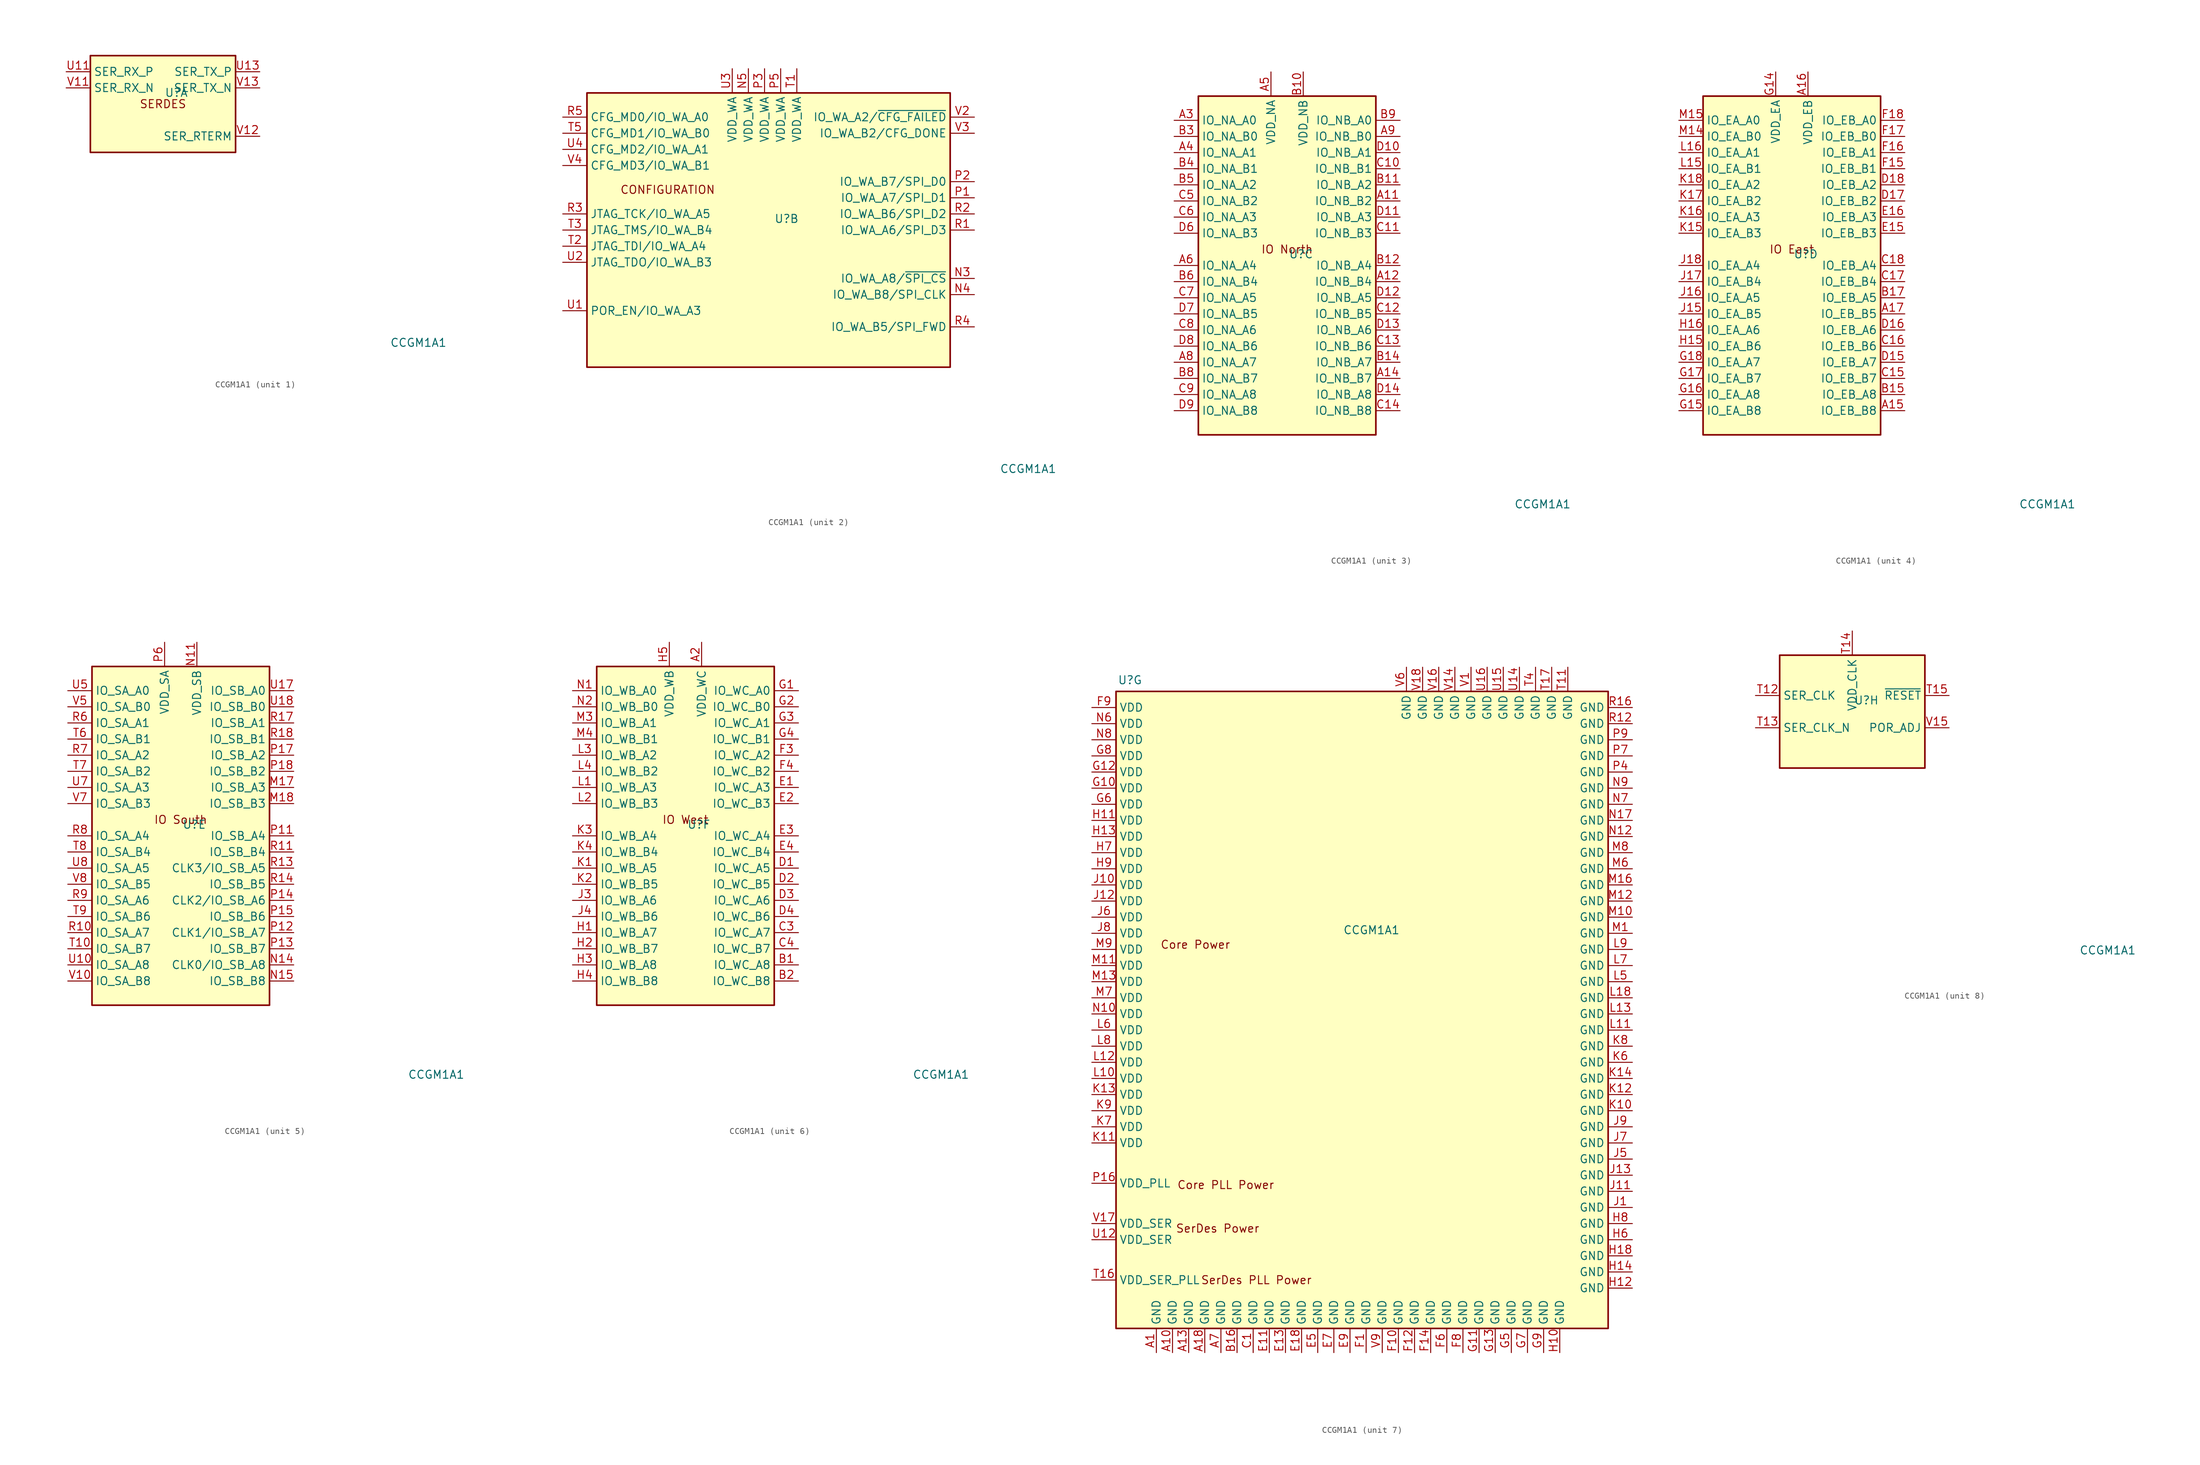
<source format=kicad_sym>
(kicad_symbol_lib
  (version 20241209)
  (generator "kicad_symbol_editor")
  (generator_version "9.0")
  (symbol "CCGM1A1"
    (property "Reference" "U"
      (at 0.254 1.778 0)
      (effects (font (size 1.27 1.27)) (justify left)))
    (property "Value" "CCGM1A1"
      (at 44.704 -37.592 0)
      (effects (font (size 1.27 1.27)) (justify right)))
    (property "ki_locked" ""
      (at 0 0 0)
      (effects (font (size 1.27 1.27))))
    (symbol "CCGM1A1_1_1"
      (rectangle (start -11.43 7.62) (end 11.43 -7.62) (stroke (width 0.254) (type default)) (fill (type background)))
      (text "SERDES" (at 0 0 0) (effects (font (size 1.27 1.27))))
      (pin input line (at -15.24 5.08 0) (length 3.81) (name "SER_RX_P" (effects (font (size 1.27 1.27)))) (number "U11" (effects (font (size 1.27 1.27)))))
      (pin input line (at -15.24 2.54 0) (length 3.81) (name "SER_RX_N" (effects (font (size 1.27 1.27)))) (number "V11" (effects (font (size 1.27 1.27)))))
      (pin output line (at 15.24 5.08 180) (length 3.81) (name "SER_TX_P" (effects (font (size 1.27 1.27)))) (number "U13" (effects (font (size 1.27 1.27)))))
      (pin output line (at 15.24 2.54 180) (length 3.81) (name "SER_TX_N" (effects (font (size 1.27 1.27)))) (number "V13" (effects (font (size 1.27 1.27)))))
      (pin passive line (at 15.24 -5.08 180) (length 3.81) (name "SER_RTERM" (effects (font (size 1.27 1.27)))) (number "V12" (effects (font (size 1.27 1.27))))))
    (symbol "CCGM1A1_2_1"
      (rectangle (start -29.21 21.59) (end 27.94 -21.59) (stroke (width 0.254) (type default)) (fill (type background)))
      (text "CONFIGURATION" (at -16.51 6.35 0) (effects (font (size 1.27 1.27))))
      (pin bidirectional line (at -33.02 17.78 0) (length 3.81) (name "CFG_MD0/IO_WA_A0" (effects (font (size 1.27 1.27)))) (number "R5" (effects (font (size 1.27 1.27)))))
      (pin bidirectional line (at -33.02 15.24 0) (length 3.81) (name "CFG_MD1/IO_WA_B0" (effects (font (size 1.27 1.27)))) (number "T5" (effects (font (size 1.27 1.27)))))
      (pin bidirectional line (at -33.02 12.7 0) (length 3.81) (name "CFG_MD2/IO_WA_A1" (effects (font (size 1.27 1.27)))) (number "U4" (effects (font (size 1.27 1.27)))))
      (pin bidirectional line (at -33.02 10.16 0) (length 3.81) (name "CFG_MD3/IO_WA_B1" (effects (font (size 1.27 1.27)))) (number "V4" (effects (font (size 1.27 1.27)))))
      (pin bidirectional line (at -33.02 2.54 0) (length 3.81) (name "JTAG_TCK/IO_WA_A5" (effects (font (size 1.27 1.27)))) (number "R3" (effects (font (size 1.27 1.27)))))
      (pin bidirectional line (at -33.02 0 0) (length 3.81) (name "JTAG_TMS/IO_WA_B4" (effects (font (size 1.27 1.27)))) (number "T3" (effects (font (size 1.27 1.27)))))
      (pin bidirectional line (at -33.02 -2.54 0) (length 3.81) (name "JTAG_TDI/IO_WA_A4" (effects (font (size 1.27 1.27)))) (number "T2" (effects (font (size 1.27 1.27)))))
      (pin bidirectional line (at -33.02 -5.08 0) (length 3.81) (name "JTAG_TDO/IO_WA_B3" (effects (font (size 1.27 1.27)))) (number "U2" (effects (font (size 1.27 1.27)))))
      (pin bidirectional line (at -33.02 -12.7 0) (length 3.81) (name "POR_EN/IO_WA_A3" (effects (font (size 1.27 1.27)))) (number "U1" (effects (font (size 1.27 1.27)))))
      (pin power_in line (at -6.35 25.4 270) (length 3.81) (name "VDD_WA" (effects (font (size 1.27 1.27)))) (number "U3" (effects (font (size 1.27 1.27)))))
      (pin power_in line (at -3.81 25.4 270) (length 3.81) (name "VDD_WA" (effects (font (size 1.27 1.27)))) (number "N5" (effects (font (size 1.27 1.27)))))
      (pin power_in line (at -1.27 25.4 270) (length 3.81) (name "VDD_WA" (effects (font (size 1.27 1.27)))) (number "P3" (effects (font (size 1.27 1.27)))))
      (pin power_in line (at 1.27 25.4 270) (length 3.81) (name "VDD_WA" (effects (font (size 1.27 1.27)))) (number "P5" (effects (font (size 1.27 1.27)))))
      (pin power_in line (at 3.81 25.4 270) (length 3.81) (name "VDD_WA" (effects (font (size 1.27 1.27)))) (number "T1" (effects (font (size 1.27 1.27)))))
      (pin bidirectional line (at 31.75 17.78 180) (length 3.81) (name "IO_WA_A2/~{CFG_FAILED}" (effects (font (size 1.27 1.27)))) (number "V2" (effects (font (size 1.27 1.27)))))
      (pin bidirectional line (at 31.75 15.24 180) (length 3.81) (name "IO_WA_B2/CFG_DONE" (effects (font (size 1.27 1.27)))) (number "V3" (effects (font (size 1.27 1.27)))))
      (pin bidirectional line (at 31.75 7.62 180) (length 3.81) (name "IO_WA_B7/SPI_D0" (effects (font (size 1.27 1.27)))) (number "P2" (effects (font (size 1.27 1.27)))))
      (pin bidirectional line (at 31.75 5.08 180) (length 3.81) (name "IO_WA_A7/SPI_D1" (effects (font (size 1.27 1.27)))) (number "P1" (effects (font (size 1.27 1.27)))))
      (pin bidirectional line (at 31.75 2.54 180) (length 3.81) (name "IO_WA_B6/SPI_D2" (effects (font (size 1.27 1.27)))) (number "R2" (effects (font (size 1.27 1.27)))))
      (pin bidirectional line (at 31.75 0 180) (length 3.81) (name "IO_WA_A6/SPI_D3" (effects (font (size 1.27 1.27)))) (number "R1" (effects (font (size 1.27 1.27)))))
      (pin bidirectional line (at 31.75 -7.62 180) (length 3.81) (name "IO_WA_A8/~{SPI_CS}" (effects (font (size 1.27 1.27)))) (number "N3" (effects (font (size 1.27 1.27)))))
      (pin bidirectional line (at 31.75 -10.16 180) (length 3.81) (name "IO_WA_B8/SPI_CLK" (effects (font (size 1.27 1.27)))) (number "N4" (effects (font (size 1.27 1.27)))))
      (pin bidirectional line (at 31.75 -15.24 180) (length 3.81) (name "IO_WA_B5/SPI_FWD" (effects (font (size 1.27 1.27)))) (number "R4" (effects (font (size 1.27 1.27))))))
    (symbol "CCGM1A1_3_1"
      (rectangle (start -13.97 -26.67) (end 13.97 26.67) (stroke (width 0.254) (type default)) (fill (type background)))
      (text "IO North" (at 0 2.54 0) (effects (font (size 1.27 1.27))))
      (pin bidirectional line (at -17.78 22.86 0) (length 3.81) (name "IO_NA_A0" (effects (font (size 1.27 1.27)))) (number "A3" (effects (font (size 1.27 1.27)))))
      (pin bidirectional line (at -17.78 20.32 0) (length 3.81) (name "IO_NA_B0" (effects (font (size 1.27 1.27)))) (number "B3" (effects (font (size 1.27 1.27)))))
      (pin bidirectional line (at -17.78 17.78 0) (length 3.81) (name "IO_NA_A1" (effects (font (size 1.27 1.27)))) (number "A4" (effects (font (size 1.27 1.27)))))
      (pin bidirectional line (at -17.78 15.24 0) (length 3.81) (name "IO_NA_B1" (effects (font (size 1.27 1.27)))) (number "B4" (effects (font (size 1.27 1.27)))))
      (pin bidirectional line (at -17.78 12.7 0) (length 3.81) (name "IO_NA_A2" (effects (font (size 1.27 1.27)))) (number "B5" (effects (font (size 1.27 1.27)))))
      (pin bidirectional line (at -17.78 10.16 0) (length 3.81) (name "IO_NA_B2" (effects (font (size 1.27 1.27)))) (number "C5" (effects (font (size 1.27 1.27)))))
      (pin bidirectional line (at -17.78 7.62 0) (length 3.81) (name "IO_NA_A3" (effects (font (size 1.27 1.27)))) (number "C6" (effects (font (size 1.27 1.27)))))
      (pin bidirectional line (at -17.78 5.08 0) (length 3.81) (name "IO_NA_B3" (effects (font (size 1.27 1.27)))) (number "D6" (effects (font (size 1.27 1.27)))))
      (pin bidirectional line (at -17.78 0 0) (length 3.81) (name "IO_NA_A4" (effects (font (size 1.27 1.27)))) (number "A6" (effects (font (size 1.27 1.27)))))
      (pin bidirectional line (at -17.78 -2.54 0) (length 3.81) (name "IO_NA_B4" (effects (font (size 1.27 1.27)))) (number "B6" (effects (font (size 1.27 1.27)))))
      (pin bidirectional line (at -17.78 -5.08 0) (length 3.81) (name "IO_NA_A5" (effects (font (size 1.27 1.27)))) (number "C7" (effects (font (size 1.27 1.27)))))
      (pin bidirectional line (at -17.78 -7.62 0) (length 3.81) (name "IO_NA_B5" (effects (font (size 1.27 1.27)))) (number "D7" (effects (font (size 1.27 1.27)))))
      (pin bidirectional line (at -17.78 -10.16 0) (length 3.81) (name "IO_NA_A6" (effects (font (size 1.27 1.27)))) (number "C8" (effects (font (size 1.27 1.27)))))
      (pin bidirectional line (at -17.78 -12.7 0) (length 3.81) (name "IO_NA_B6" (effects (font (size 1.27 1.27)))) (number "D8" (effects (font (size 1.27 1.27)))))
      (pin bidirectional line (at -17.78 -15.24 0) (length 3.81) (name "IO_NA_A7" (effects (font (size 1.27 1.27)))) (number "A8" (effects (font (size 1.27 1.27)))))
      (pin bidirectional line (at -17.78 -17.78 0) (length 3.81) (name "IO_NA_B7" (effects (font (size 1.27 1.27)))) (number "B8" (effects (font (size 1.27 1.27)))))
      (pin bidirectional line (at -17.78 -20.32 0) (length 3.81) (name "IO_NA_A8" (effects (font (size 1.27 1.27)))) (number "C9" (effects (font (size 1.27 1.27)))))
      (pin bidirectional line (at -17.78 -22.86 0) (length 3.81) (name "IO_NA_B8" (effects (font (size 1.27 1.27)))) (number "D9" (effects (font (size 1.27 1.27)))))
      (pin power_in line (at -2.54 30.48 270) (length 3.81) (name "VDD_NA" (effects (font (size 1.27 1.27)))) (number "A5" (effects (font (size 1.27 1.27)))))
      (pin passive line (at -2.54 30.48 270) (length 3.81) (hide yes) (name "VDD_NA" (effects (font (size 1.27 1.27)))) (number "B7" (effects (font (size 1.27 1.27)))))
      (pin passive line (at -2.54 30.48 270) (length 3.81) (hide yes) (name "VDD_NA" (effects (font (size 1.27 1.27)))) (number "E6" (effects (font (size 1.27 1.27)))))
      (pin passive line (at -2.54 30.48 270) (length 3.81) (hide yes) (name "VDD_NA" (effects (font (size 1.27 1.27)))) (number "E8" (effects (font (size 1.27 1.27)))))
      (pin passive line (at -2.54 30.48 270) (length 3.81) (hide yes) (name "VDD_NA" (effects (font (size 1.27 1.27)))) (number "F7" (effects (font (size 1.27 1.27)))))
      (pin power_in line (at 2.54 30.48 270) (length 3.81) (name "VDD_NB" (effects (font (size 1.27 1.27)))) (number "B10" (effects (font (size 1.27 1.27)))))
      (pin passive line (at 2.54 30.48 270) (length 3.81) (hide yes) (name "VDD_NB" (effects (font (size 1.27 1.27)))) (number "B13" (effects (font (size 1.27 1.27)))))
      (pin passive line (at 2.54 30.48 270) (length 3.81) (hide yes) (name "VDD_NB" (effects (font (size 1.27 1.27)))) (number "E10" (effects (font (size 1.27 1.27)))))
      (pin passive line (at 2.54 30.48 270) (length 3.81) (hide yes) (name "VDD_NB" (effects (font (size 1.27 1.27)))) (number "E12" (effects (font (size 1.27 1.27)))))
      (pin passive line (at 2.54 30.48 270) (length 3.81) (hide yes) (name "VDD_NB" (effects (font (size 1.27 1.27)))) (number "F11" (effects (font (size 1.27 1.27)))))
      (pin bidirectional line (at 17.78 22.86 180) (length 3.81) (name "IO_NB_A0" (effects (font (size 1.27 1.27)))) (number "B9" (effects (font (size 1.27 1.27)))))
      (pin bidirectional line (at 17.78 20.32 180) (length 3.81) (name "IO_NB_B0" (effects (font (size 1.27 1.27)))) (number "A9" (effects (font (size 1.27 1.27)))))
      (pin bidirectional line (at 17.78 17.78 180) (length 3.81) (name "IO_NB_A1" (effects (font (size 1.27 1.27)))) (number "D10" (effects (font (size 1.27 1.27)))))
      (pin bidirectional line (at 17.78 15.24 180) (length 3.81) (name "IO_NB_B1" (effects (font (size 1.27 1.27)))) (number "C10" (effects (font (size 1.27 1.27)))))
      (pin bidirectional line (at 17.78 12.7 180) (length 3.81) (name "IO_NB_A2" (effects (font (size 1.27 1.27)))) (number "B11" (effects (font (size 1.27 1.27)))))
      (pin bidirectional line (at 17.78 10.16 180) (length 3.81) (name "IO_NB_B2" (effects (font (size 1.27 1.27)))) (number "A11" (effects (font (size 1.27 1.27)))))
      (pin bidirectional line (at 17.78 7.62 180) (length 3.81) (name "IO_NB_A3" (effects (font (size 1.27 1.27)))) (number "D11" (effects (font (size 1.27 1.27)))))
      (pin bidirectional line (at 17.78 5.08 180) (length 3.81) (name "IO_NB_B3" (effects (font (size 1.27 1.27)))) (number "C11" (effects (font (size 1.27 1.27)))))
      (pin bidirectional line (at 17.78 0 180) (length 3.81) (name "IO_NB_A4" (effects (font (size 1.27 1.27)))) (number "B12" (effects (font (size 1.27 1.27)))))
      (pin bidirectional line (at 17.78 -2.54 180) (length 3.81) (name "IO_NB_B4" (effects (font (size 1.27 1.27)))) (number "A12" (effects (font (size 1.27 1.27)))))
      (pin bidirectional line (at 17.78 -5.08 180) (length 3.81) (name "IO_NB_A5" (effects (font (size 1.27 1.27)))) (number "D12" (effects (font (size 1.27 1.27)))))
      (pin bidirectional line (at 17.78 -7.62 180) (length 3.81) (name "IO_NB_B5" (effects (font (size 1.27 1.27)))) (number "C12" (effects (font (size 1.27 1.27)))))
      (pin bidirectional line (at 17.78 -10.16 180) (length 3.81) (name "IO_NB_A6" (effects (font (size 1.27 1.27)))) (number "D13" (effects (font (size 1.27 1.27)))))
      (pin bidirectional line (at 17.78 -12.7 180) (length 3.81) (name "IO_NB_B6" (effects (font (size 1.27 1.27)))) (number "C13" (effects (font (size 1.27 1.27)))))
      (pin bidirectional line (at 17.78 -15.24 180) (length 3.81) (name "IO_NB_A7" (effects (font (size 1.27 1.27)))) (number "B14" (effects (font (size 1.27 1.27)))))
      (pin bidirectional line (at 17.78 -17.78 180) (length 3.81) (name "IO_NB_B7" (effects (font (size 1.27 1.27)))) (number "A14" (effects (font (size 1.27 1.27)))))
      (pin bidirectional line (at 17.78 -20.32 180) (length 3.81) (name "IO_NB_A8" (effects (font (size 1.27 1.27)))) (number "D14" (effects (font (size 1.27 1.27)))))
      (pin bidirectional line (at 17.78 -22.86 180) (length 3.81) (name "IO_NB_B8" (effects (font (size 1.27 1.27)))) (number "C14" (effects (font (size 1.27 1.27))))))
    (symbol "CCGM1A1_4_1"
      (rectangle (start -13.97 -26.67) (end 13.97 26.67) (stroke (width 0.254) (type default)) (fill (type background)))
      (text "IO East" (at 0 2.54 0) (effects (font (size 1.27 1.27))))
      (pin bidirectional line (at -17.78 22.86 0) (length 3.81) (name "IO_EA_A0" (effects (font (size 1.27 1.27)))) (number "M15" (effects (font (size 1.27 1.27)))))
      (pin bidirectional line (at -17.78 20.32 0) (length 3.81) (name "IO_EA_B0" (effects (font (size 1.27 1.27)))) (number "M14" (effects (font (size 1.27 1.27)))))
      (pin bidirectional line (at -17.78 17.78 0) (length 3.81) (name "IO_EA_A1" (effects (font (size 1.27 1.27)))) (number "L16" (effects (font (size 1.27 1.27)))))
      (pin bidirectional line (at -17.78 15.24 0) (length 3.81) (name "IO_EA_B1" (effects (font (size 1.27 1.27)))) (number "L15" (effects (font (size 1.27 1.27)))))
      (pin bidirectional line (at -17.78 12.7 0) (length 3.81) (name "IO_EA_A2" (effects (font (size 1.27 1.27)))) (number "K18" (effects (font (size 1.27 1.27)))))
      (pin bidirectional line (at -17.78 10.16 0) (length 3.81) (name "IO_EA_B2" (effects (font (size 1.27 1.27)))) (number "K17" (effects (font (size 1.27 1.27)))))
      (pin bidirectional line (at -17.78 7.62 0) (length 3.81) (name "IO_EA_A3" (effects (font (size 1.27 1.27)))) (number "K16" (effects (font (size 1.27 1.27)))))
      (pin bidirectional line (at -17.78 5.08 0) (length 3.81) (name "IO_EA_B3" (effects (font (size 1.27 1.27)))) (number "K15" (effects (font (size 1.27 1.27)))))
      (pin bidirectional line (at -17.78 0 0) (length 3.81) (name "IO_EA_A4" (effects (font (size 1.27 1.27)))) (number "J18" (effects (font (size 1.27 1.27)))))
      (pin bidirectional line (at -17.78 -2.54 0) (length 3.81) (name "IO_EA_B4" (effects (font (size 1.27 1.27)))) (number "J17" (effects (font (size 1.27 1.27)))))
      (pin bidirectional line (at -17.78 -5.08 0) (length 3.81) (name "IO_EA_A5" (effects (font (size 1.27 1.27)))) (number "J16" (effects (font (size 1.27 1.27)))))
      (pin bidirectional line (at -17.78 -7.62 0) (length 3.81) (name "IO_EA_B5" (effects (font (size 1.27 1.27)))) (number "J15" (effects (font (size 1.27 1.27)))))
      (pin bidirectional line (at -17.78 -10.16 0) (length 3.81) (name "IO_EA_A6" (effects (font (size 1.27 1.27)))) (number "H16" (effects (font (size 1.27 1.27)))))
      (pin bidirectional line (at -17.78 -12.7 0) (length 3.81) (name "IO_EA_B6" (effects (font (size 1.27 1.27)))) (number "H15" (effects (font (size 1.27 1.27)))))
      (pin bidirectional line (at -17.78 -15.24 0) (length 3.81) (name "IO_EA_A7" (effects (font (size 1.27 1.27)))) (number "G18" (effects (font (size 1.27 1.27)))))
      (pin bidirectional line (at -17.78 -17.78 0) (length 3.81) (name "IO_EA_B7" (effects (font (size 1.27 1.27)))) (number "G17" (effects (font (size 1.27 1.27)))))
      (pin bidirectional line (at -17.78 -20.32 0) (length 3.81) (name "IO_EA_A8" (effects (font (size 1.27 1.27)))) (number "G16" (effects (font (size 1.27 1.27)))))
      (pin bidirectional line (at -17.78 -22.86 0) (length 3.81) (name "IO_EA_B8" (effects (font (size 1.27 1.27)))) (number "G15" (effects (font (size 1.27 1.27)))))
      (pin power_in line (at -2.54 30.48 270) (length 3.81) (name "VDD_EA" (effects (font (size 1.27 1.27)))) (number "G14" (effects (font (size 1.27 1.27)))))
      (pin passive line (at -2.54 30.48 270) (length 3.81) (hide yes) (name "VDD_EA" (effects (font (size 1.27 1.27)))) (number "H17" (effects (font (size 1.27 1.27)))))
      (pin passive line (at -2.54 30.48 270) (length 3.81) (hide yes) (name "VDD_EA" (effects (font (size 1.27 1.27)))) (number "J14" (effects (font (size 1.27 1.27)))))
      (pin passive line (at -2.54 30.48 270) (length 3.81) (hide yes) (name "VDD_EA" (effects (font (size 1.27 1.27)))) (number "L14" (effects (font (size 1.27 1.27)))))
      (pin passive line (at -2.54 30.48 270) (length 3.81) (hide yes) (name "VDD_EA" (effects (font (size 1.27 1.27)))) (number "L17" (effects (font (size 1.27 1.27)))))
      (pin power_in line (at 2.54 30.48 270) (length 3.81) (name "VDD_EB" (effects (font (size 1.27 1.27)))) (number "A16" (effects (font (size 1.27 1.27)))))
      (pin passive line (at 2.54 30.48 270) (length 3.81) (hide yes) (name "VDD_EB" (effects (font (size 1.27 1.27)))) (number "B18" (effects (font (size 1.27 1.27)))))
      (pin passive line (at 2.54 30.48 270) (length 3.81) (hide yes) (name "VDD_EB" (effects (font (size 1.27 1.27)))) (number "E14" (effects (font (size 1.27 1.27)))))
      (pin passive line (at 2.54 30.48 270) (length 3.81) (hide yes) (name "VDD_EB" (effects (font (size 1.27 1.27)))) (number "E17" (effects (font (size 1.27 1.27)))))
      (pin passive line (at 2.54 30.48 270) (length 3.81) (hide yes) (name "VDD_EB" (effects (font (size 1.27 1.27)))) (number "F13" (effects (font (size 1.27 1.27)))))
      (pin bidirectional line (at 17.78 22.86 180) (length 3.81) (name "IO_EB_A0" (effects (font (size 1.27 1.27)))) (number "F18" (effects (font (size 1.27 1.27)))))
      (pin bidirectional line (at 17.78 20.32 180) (length 3.81) (name "IO_EB_B0" (effects (font (size 1.27 1.27)))) (number "F17" (effects (font (size 1.27 1.27)))))
      (pin bidirectional line (at 17.78 17.78 180) (length 3.81) (name "IO_EB_A1" (effects (font (size 1.27 1.27)))) (number "F16" (effects (font (size 1.27 1.27)))))
      (pin bidirectional line (at 17.78 15.24 180) (length 3.81) (name "IO_EB_B1" (effects (font (size 1.27 1.27)))) (number "F15" (effects (font (size 1.27 1.27)))))
      (pin bidirectional line (at 17.78 12.7 180) (length 3.81) (name "IO_EB_A2" (effects (font (size 1.27 1.27)))) (number "D18" (effects (font (size 1.27 1.27)))))
      (pin bidirectional line (at 17.78 10.16 180) (length 3.81) (name "IO_EB_B2" (effects (font (size 1.27 1.27)))) (number "D17" (effects (font (size 1.27 1.27)))))
      (pin bidirectional line (at 17.78 7.62 180) (length 3.81) (name "IO_EB_A3" (effects (font (size 1.27 1.27)))) (number "E16" (effects (font (size 1.27 1.27)))))
      (pin bidirectional line (at 17.78 5.08 180) (length 3.81) (name "IO_EB_B3" (effects (font (size 1.27 1.27)))) (number "E15" (effects (font (size 1.27 1.27)))))
      (pin bidirectional line (at 17.78 0 180) (length 3.81) (name "IO_EB_A4" (effects (font (size 1.27 1.27)))) (number "C18" (effects (font (size 1.27 1.27)))))
      (pin bidirectional line (at 17.78 -2.54 180) (length 3.81) (name "IO_EB_B4" (effects (font (size 1.27 1.27)))) (number "C17" (effects (font (size 1.27 1.27)))))
      (pin bidirectional line (at 17.78 -5.08 180) (length 3.81) (name "IO_EB_A5" (effects (font (size 1.27 1.27)))) (number "B17" (effects (font (size 1.27 1.27)))))
      (pin bidirectional line (at 17.78 -7.62 180) (length 3.81) (name "IO_EB_B5" (effects (font (size 1.27 1.27)))) (number "A17" (effects (font (size 1.27 1.27)))))
      (pin bidirectional line (at 17.78 -10.16 180) (length 3.81) (name "IO_EB_A6" (effects (font (size 1.27 1.27)))) (number "D16" (effects (font (size 1.27 1.27)))))
      (pin bidirectional line (at 17.78 -12.7 180) (length 3.81) (name "IO_EB_B6" (effects (font (size 1.27 1.27)))) (number "C16" (effects (font (size 1.27 1.27)))))
      (pin bidirectional line (at 17.78 -15.24 180) (length 3.81) (name "IO_EB_A7" (effects (font (size 1.27 1.27)))) (number "D15" (effects (font (size 1.27 1.27)))))
      (pin bidirectional line (at 17.78 -17.78 180) (length 3.81) (name "IO_EB_B7" (effects (font (size 1.27 1.27)))) (number "C15" (effects (font (size 1.27 1.27)))))
      (pin bidirectional line (at 17.78 -20.32 180) (length 3.81) (name "IO_EB_A8" (effects (font (size 1.27 1.27)))) (number "B15" (effects (font (size 1.27 1.27)))))
      (pin bidirectional line (at 17.78 -22.86 180) (length 3.81) (name "IO_EB_B8" (effects (font (size 1.27 1.27)))) (number "A15" (effects (font (size 1.27 1.27))))))
    (symbol "CCGM1A1_5_1"
      (rectangle (start -13.97 -26.67) (end 13.97 26.67) (stroke (width 0.254) (type default)) (fill (type background)))
      (text "IO South" (at 0 2.54 0) (effects (font (size 1.27 1.27))))
      (pin bidirectional line (at -17.78 22.86 0) (length 3.81) (name "IO_SA_A0" (effects (font (size 1.27 1.27)))) (number "U5" (effects (font (size 1.27 1.27)))))
      (pin bidirectional line (at -17.78 20.32 0) (length 3.81) (name "IO_SA_B0" (effects (font (size 1.27 1.27)))) (number "V5" (effects (font (size 1.27 1.27)))))
      (pin bidirectional line (at -17.78 17.78 0) (length 3.81) (name "IO_SA_A1" (effects (font (size 1.27 1.27)))) (number "R6" (effects (font (size 1.27 1.27)))))
      (pin bidirectional line (at -17.78 15.24 0) (length 3.81) (name "IO_SA_B1" (effects (font (size 1.27 1.27)))) (number "T6" (effects (font (size 1.27 1.27)))))
      (pin bidirectional line (at -17.78 12.7 0) (length 3.81) (name "IO_SA_A2" (effects (font (size 1.27 1.27)))) (number "R7" (effects (font (size 1.27 1.27)))))
      (pin bidirectional line (at -17.78 10.16 0) (length 3.81) (name "IO_SA_B2" (effects (font (size 1.27 1.27)))) (number "T7" (effects (font (size 1.27 1.27)))))
      (pin bidirectional line (at -17.78 7.62 0) (length 3.81) (name "IO_SA_A3" (effects (font (size 1.27 1.27)))) (number "U7" (effects (font (size 1.27 1.27)))))
      (pin bidirectional line (at -17.78 5.08 0) (length 3.81) (name "IO_SA_B3" (effects (font (size 1.27 1.27)))) (number "V7" (effects (font (size 1.27 1.27)))))
      (pin bidirectional line (at -17.78 0 0) (length 3.81) (name "IO_SA_A4" (effects (font (size 1.27 1.27)))) (number "R8" (effects (font (size 1.27 1.27)))))
      (pin bidirectional line (at -17.78 -2.54 0) (length 3.81) (name "IO_SA_B4" (effects (font (size 1.27 1.27)))) (number "T8" (effects (font (size 1.27 1.27)))))
      (pin bidirectional line (at -17.78 -5.08 0) (length 3.81) (name "IO_SA_A5" (effects (font (size 1.27 1.27)))) (number "U8" (effects (font (size 1.27 1.27)))))
      (pin bidirectional line (at -17.78 -7.62 0) (length 3.81) (name "IO_SA_B5" (effects (font (size 1.27 1.27)))) (number "V8" (effects (font (size 1.27 1.27)))))
      (pin bidirectional line (at -17.78 -10.16 0) (length 3.81) (name "IO_SA_A6" (effects (font (size 1.27 1.27)))) (number "R9" (effects (font (size 1.27 1.27)))))
      (pin bidirectional line (at -17.78 -12.7 0) (length 3.81) (name "IO_SA_B6" (effects (font (size 1.27 1.27)))) (number "T9" (effects (font (size 1.27 1.27)))))
      (pin bidirectional line (at -17.78 -15.24 0) (length 3.81) (name "IO_SA_A7" (effects (font (size 1.27 1.27)))) (number "R10" (effects (font (size 1.27 1.27)))))
      (pin bidirectional line (at -17.78 -17.78 0) (length 3.81) (name "IO_SA_B7" (effects (font (size 1.27 1.27)))) (number "T10" (effects (font (size 1.27 1.27)))))
      (pin bidirectional line (at -17.78 -20.32 0) (length 3.81) (name "IO_SA_A8" (effects (font (size 1.27 1.27)))) (number "U10" (effects (font (size 1.27 1.27)))))
      (pin bidirectional line (at -17.78 -22.86 0) (length 3.81) (name "IO_SA_B8" (effects (font (size 1.27 1.27)))) (number "V10" (effects (font (size 1.27 1.27)))))
      (pin passive line (at -2.54 30.48 270) (length 3.81) (hide yes) (name "VDD_SA" (effects (font (size 1.27 1.27)))) (number "P10" (effects (font (size 1.27 1.27)))))
      (pin power_in line (at -2.54 30.48 270) (length 3.81) (name "VDD_SA" (effects (font (size 1.27 1.27)))) (number "P6" (effects (font (size 1.27 1.27)))))
      (pin passive line (at -2.54 30.48 270) (length 3.81) (hide yes) (name "VDD_SA" (effects (font (size 1.27 1.27)))) (number "P8" (effects (font (size 1.27 1.27)))))
      (pin passive line (at -2.54 30.48 270) (length 3.81) (hide yes) (name "VDD_SA" (effects (font (size 1.27 1.27)))) (number "U6" (effects (font (size 1.27 1.27)))))
      (pin passive line (at -2.54 30.48 270) (length 3.81) (hide yes) (name "VDD_SA" (effects (font (size 1.27 1.27)))) (number "U9" (effects (font (size 1.27 1.27)))))
      (pin power_in line (at 2.54 30.48 270) (length 3.81) (name "VDD_SB" (effects (font (size 1.27 1.27)))) (number "N11" (effects (font (size 1.27 1.27)))))
      (pin passive line (at 2.54 30.48 270) (length 3.81) (hide yes) (name "VDD_SB" (effects (font (size 1.27 1.27)))) (number "N13" (effects (font (size 1.27 1.27)))))
      (pin passive line (at 2.54 30.48 270) (length 3.81) (hide yes) (name "VDD_SB" (effects (font (size 1.27 1.27)))) (number "N18" (effects (font (size 1.27 1.27)))))
      (pin passive line (at 2.54 30.48 270) (length 3.81) (hide yes) (name "VDD_SB" (effects (font (size 1.27 1.27)))) (number "R15" (effects (font (size 1.27 1.27)))))
      (pin passive line (at 2.54 30.48 270) (length 3.81) (hide yes) (name "VDD_SB" (effects (font (size 1.27 1.27)))) (number "T18" (effects (font (size 1.27 1.27)))))
      (pin bidirectional line (at 17.78 22.86 180) (length 3.81) (name "IO_SB_A0" (effects (font (size 1.27 1.27)))) (number "U17" (effects (font (size 1.27 1.27)))))
      (pin bidirectional line (at 17.78 20.32 180) (length 3.81) (name "IO_SB_B0" (effects (font (size 1.27 1.27)))) (number "U18" (effects (font (size 1.27 1.27)))))
      (pin bidirectional line (at 17.78 17.78 180) (length 3.81) (name "IO_SB_A1" (effects (font (size 1.27 1.27)))) (number "R17" (effects (font (size 1.27 1.27)))))
      (pin bidirectional line (at 17.78 15.24 180) (length 3.81) (name "IO_SB_B1" (effects (font (size 1.27 1.27)))) (number "R18" (effects (font (size 1.27 1.27)))))
      (pin bidirectional line (at 17.78 12.7 180) (length 3.81) (name "IO_SB_A2" (effects (font (size 1.27 1.27)))) (number "P17" (effects (font (size 1.27 1.27)))))
      (pin bidirectional line (at 17.78 10.16 180) (length 3.81) (name "IO_SB_B2" (effects (font (size 1.27 1.27)))) (number "P18" (effects (font (size 1.27 1.27)))))
      (pin bidirectional line (at 17.78 7.62 180) (length 3.81) (name "IO_SB_A3" (effects (font (size 1.27 1.27)))) (number "M17" (effects (font (size 1.27 1.27)))))
      (pin bidirectional line (at 17.78 5.08 180) (length 3.81) (name "IO_SB_B3" (effects (font (size 1.27 1.27)))) (number "M18" (effects (font (size 1.27 1.27)))))
      (pin bidirectional line (at 17.78 0 180) (length 3.81) (name "IO_SB_A4" (effects (font (size 1.27 1.27)))) (number "P11" (effects (font (size 1.27 1.27)))))
      (pin bidirectional line (at 17.78 -2.54 180) (length 3.81) (name "IO_SB_B4" (effects (font (size 1.27 1.27)))) (number "R11" (effects (font (size 1.27 1.27)))))
      (pin bidirectional line (at 17.78 -5.08 180) (length 3.81) (name "CLK3/IO_SB_A5" (effects (font (size 1.27 1.27)))) (number "R13" (effects (font (size 1.27 1.27)))))
      (pin bidirectional line (at 17.78 -7.62 180) (length 3.81) (name "IO_SB_B5" (effects (font (size 1.27 1.27)))) (number "R14" (effects (font (size 1.27 1.27)))))
      (pin bidirectional line (at 17.78 -10.16 180) (length 3.81) (name "CLK2/IO_SB_A6" (effects (font (size 1.27 1.27)))) (number "P14" (effects (font (size 1.27 1.27)))))
      (pin bidirectional line (at 17.78 -12.7 180) (length 3.81) (name "IO_SB_B6" (effects (font (size 1.27 1.27)))) (number "P15" (effects (font (size 1.27 1.27)))))
      (pin bidirectional line (at 17.78 -15.24 180) (length 3.81) (name "CLK1/IO_SB_A7" (effects (font (size 1.27 1.27)))) (number "P12" (effects (font (size 1.27 1.27)))))
      (pin bidirectional line (at 17.78 -17.78 180) (length 3.81) (name "IO_SB_B7" (effects (font (size 1.27 1.27)))) (number "P13" (effects (font (size 1.27 1.27)))))
      (pin bidirectional line (at 17.78 -20.32 180) (length 3.81) (name "CLK0/IO_SB_A8" (effects (font (size 1.27 1.27)))) (number "N14" (effects (font (size 1.27 1.27)))))
      (pin bidirectional line (at 17.78 -22.86 180) (length 3.81) (name "IO_SB_B8" (effects (font (size 1.27 1.27)))) (number "N15" (effects (font (size 1.27 1.27))))))
    (symbol "CCGM1A1_6_1"
      (rectangle (start -13.97 -26.67) (end 13.97 26.67) (stroke (width 0.254) (type default)) (fill (type background)))
      (text "IO West" (at 0 2.54 0) (effects (font (size 1.27 1.27))))
      (pin bidirectional line (at -17.78 22.86 0) (length 3.81) (name "IO_WB_A0" (effects (font (size 1.27 1.27)))) (number "N1" (effects (font (size 1.27 1.27)))))
      (pin bidirectional line (at -17.78 20.32 0) (length 3.81) (name "IO_WB_B0" (effects (font (size 1.27 1.27)))) (number "N2" (effects (font (size 1.27 1.27)))))
      (pin bidirectional line (at -17.78 17.78 0) (length 3.81) (name "IO_WB_A1" (effects (font (size 1.27 1.27)))) (number "M3" (effects (font (size 1.27 1.27)))))
      (pin bidirectional line (at -17.78 15.24 0) (length 3.81) (name "IO_WB_B1" (effects (font (size 1.27 1.27)))) (number "M4" (effects (font (size 1.27 1.27)))))
      (pin bidirectional line (at -17.78 12.7 0) (length 3.81) (name "IO_WB_A2" (effects (font (size 1.27 1.27)))) (number "L3" (effects (font (size 1.27 1.27)))))
      (pin bidirectional line (at -17.78 10.16 0) (length 3.81) (name "IO_WB_B2" (effects (font (size 1.27 1.27)))) (number "L4" (effects (font (size 1.27 1.27)))))
      (pin bidirectional line (at -17.78 7.62 0) (length 3.81) (name "IO_WB_A3" (effects (font (size 1.27 1.27)))) (number "L1" (effects (font (size 1.27 1.27)))))
      (pin bidirectional line (at -17.78 5.08 0) (length 3.81) (name "IO_WB_B3" (effects (font (size 1.27 1.27)))) (number "L2" (effects (font (size 1.27 1.27)))))
      (pin bidirectional line (at -17.78 0 0) (length 3.81) (name "IO_WB_A4" (effects (font (size 1.27 1.27)))) (number "K3" (effects (font (size 1.27 1.27)))))
      (pin bidirectional line (at -17.78 -2.54 0) (length 3.81) (name "IO_WB_B4" (effects (font (size 1.27 1.27)))) (number "K4" (effects (font (size 1.27 1.27)))))
      (pin bidirectional line (at -17.78 -5.08 0) (length 3.81) (name "IO_WB_A5" (effects (font (size 1.27 1.27)))) (number "K1" (effects (font (size 1.27 1.27)))))
      (pin bidirectional line (at -17.78 -7.62 0) (length 3.81) (name "IO_WB_B5" (effects (font (size 1.27 1.27)))) (number "K2" (effects (font (size 1.27 1.27)))))
      (pin bidirectional line (at -17.78 -10.16 0) (length 3.81) (name "IO_WB_A6" (effects (font (size 1.27 1.27)))) (number "J3" (effects (font (size 1.27 1.27)))))
      (pin bidirectional line (at -17.78 -12.7 0) (length 3.81) (name "IO_WB_B6" (effects (font (size 1.27 1.27)))) (number "J4" (effects (font (size 1.27 1.27)))))
      (pin bidirectional line (at -17.78 -15.24 0) (length 3.81) (name "IO_WB_A7" (effects (font (size 1.27 1.27)))) (number "H1" (effects (font (size 1.27 1.27)))))
      (pin bidirectional line (at -17.78 -17.78 0) (length 3.81) (name "IO_WB_B7" (effects (font (size 1.27 1.27)))) (number "H2" (effects (font (size 1.27 1.27)))))
      (pin bidirectional line (at -17.78 -20.32 0) (length 3.81) (name "IO_WB_A8" (effects (font (size 1.27 1.27)))) (number "H3" (effects (font (size 1.27 1.27)))))
      (pin bidirectional line (at -17.78 -22.86 0) (length 3.81) (name "IO_WB_B8" (effects (font (size 1.27 1.27)))) (number "H4" (effects (font (size 1.27 1.27)))))
      (pin power_in line (at -2.54 30.48 270) (length 3.81) (name "VDD_WB" (effects (font (size 1.27 1.27)))) (number "H5" (effects (font (size 1.27 1.27)))))
      (pin passive line (at -2.54 30.48 270) (length 3.81) (hide yes) (name "VDD_WB" (effects (font (size 1.27 1.27)))) (number "J2" (effects (font (size 1.27 1.27)))))
      (pin passive line (at -2.54 30.48 270) (length 3.81) (hide yes) (name "VDD_WB" (effects (font (size 1.27 1.27)))) (number "K5" (effects (font (size 1.27 1.27)))))
      (pin passive line (at -2.54 30.48 270) (length 3.81) (hide yes) (name "VDD_WB" (effects (font (size 1.27 1.27)))) (number "M2" (effects (font (size 1.27 1.27)))))
      (pin passive line (at -2.54 30.48 270) (length 3.81) (hide yes) (name "VDD_WB" (effects (font (size 1.27 1.27)))) (number "M5" (effects (font (size 1.27 1.27)))))
      (pin power_in line (at 2.54 30.48 270) (length 3.81) (name "VDD_WC" (effects (font (size 1.27 1.27)))) (number "A2" (effects (font (size 1.27 1.27)))))
      (pin passive line (at 2.54 30.48 270) (length 3.81) (hide yes) (name "VDD_WC" (effects (font (size 1.27 1.27)))) (number "C2" (effects (font (size 1.27 1.27)))))
      (pin passive line (at 2.54 30.48 270) (length 3.81) (hide yes) (name "VDD_WC" (effects (font (size 1.27 1.27)))) (number "D5" (effects (font (size 1.27 1.27)))))
      (pin passive line (at 2.54 30.48 270) (length 3.81) (hide yes) (name "VDD_WC" (effects (font (size 1.27 1.27)))) (number "F2" (effects (font (size 1.27 1.27)))))
      (pin passive line (at 2.54 30.48 270) (length 3.81) (hide yes) (name "VDD_WC" (effects (font (size 1.27 1.27)))) (number "F5" (effects (font (size 1.27 1.27)))))
      (pin bidirectional line (at 17.78 22.86 180) (length 3.81) (name "IO_WC_A0" (effects (font (size 1.27 1.27)))) (number "G1" (effects (font (size 1.27 1.27)))))
      (pin bidirectional line (at 17.78 20.32 180) (length 3.81) (name "IO_WC_B0" (effects (font (size 1.27 1.27)))) (number "G2" (effects (font (size 1.27 1.27)))))
      (pin bidirectional line (at 17.78 17.78 180) (length 3.81) (name "IO_WC_A1" (effects (font (size 1.27 1.27)))) (number "G3" (effects (font (size 1.27 1.27)))))
      (pin bidirectional line (at 17.78 15.24 180) (length 3.81) (name "IO_WC_B1" (effects (font (size 1.27 1.27)))) (number "G4" (effects (font (size 1.27 1.27)))))
      (pin bidirectional line (at 17.78 12.7 180) (length 3.81) (name "IO_WC_A2" (effects (font (size 1.27 1.27)))) (number "F3" (effects (font (size 1.27 1.27)))))
      (pin bidirectional line (at 17.78 10.16 180) (length 3.81) (name "IO_WC_B2" (effects (font (size 1.27 1.27)))) (number "F4" (effects (font (size 1.27 1.27)))))
      (pin bidirectional line (at 17.78 7.62 180) (length 3.81) (name "IO_WC_A3" (effects (font (size 1.27 1.27)))) (number "E1" (effects (font (size 1.27 1.27)))))
      (pin bidirectional line (at 17.78 5.08 180) (length 3.81) (name "IO_WC_B3" (effects (font (size 1.27 1.27)))) (number "E2" (effects (font (size 1.27 1.27)))))
      (pin bidirectional line (at 17.78 0 180) (length 3.81) (name "IO_WC_A4" (effects (font (size 1.27 1.27)))) (number "E3" (effects (font (size 1.27 1.27)))))
      (pin bidirectional line (at 17.78 -2.54 180) (length 3.81) (name "IO_WC_B4" (effects (font (size 1.27 1.27)))) (number "E4" (effects (font (size 1.27 1.27)))))
      (pin bidirectional line (at 17.78 -5.08 180) (length 3.81) (name "IO_WC_A5" (effects (font (size 1.27 1.27)))) (number "D1" (effects (font (size 1.27 1.27)))))
      (pin bidirectional line (at 17.78 -7.62 180) (length 3.81) (name "IO_WC_B5" (effects (font (size 1.27 1.27)))) (number "D2" (effects (font (size 1.27 1.27)))))
      (pin bidirectional line (at 17.78 -10.16 180) (length 3.81) (name "IO_WC_A6" (effects (font (size 1.27 1.27)))) (number "D3" (effects (font (size 1.27 1.27)))))
      (pin bidirectional line (at 17.78 -12.7 180) (length 3.81) (name "IO_WC_B6" (effects (font (size 1.27 1.27)))) (number "D4" (effects (font (size 1.27 1.27)))))
      (pin bidirectional line (at 17.78 -15.24 180) (length 3.81) (name "IO_WC_A7" (effects (font (size 1.27 1.27)))) (number "C3" (effects (font (size 1.27 1.27)))))
      (pin bidirectional line (at 17.78 -17.78 180) (length 3.81) (name "IO_WC_B7" (effects (font (size 1.27 1.27)))) (number "C4" (effects (font (size 1.27 1.27)))))
      (pin bidirectional line (at 17.78 -20.32 180) (length 3.81) (name "IO_WC_A8" (effects (font (size 1.27 1.27)))) (number "B1" (effects (font (size 1.27 1.27)))))
      (pin bidirectional line (at 17.78 -22.86 180) (length 3.81) (name "IO_WC_B8" (effects (font (size 1.27 1.27)))) (number "B2" (effects (font (size 1.27 1.27))))))
    (symbol "CCGM1A1_7_1"
      (rectangle (start 0 0) (end 77.47 -100.33) (stroke (width 0.254) (type default)) (fill (type background)))
      (text "SerDes Power" (at 16.002 -84.582 0) (effects (font (size 1.27 1.27))))
      (text "Core PLL Power" (at 17.272 -77.724 0) (effects (font (size 1.27 1.27))))
      (text "Core Power" (at 18.034 -39.878 0) (effects (font (size 1.27 1.27)) (justify right)))
      (text "SerDes PLL Power\n" (at 22.098 -92.71 0) (effects (font (size 1.27 1.27))))
      (pin power_in line (at -3.81 -2.54 0) (length 3.81) (name "VDD" (effects (font (size 1.27 1.27)))) (number "F9" (effects (font (size 1.27 1.27)))))
      (pin power_in line (at -3.81 -5.08 0) (length 3.81) (name "VDD" (effects (font (size 1.27 1.27)))) (number "N6" (effects (font (size 1.27 1.27)))))
      (pin power_in line (at -3.81 -7.62 0) (length 3.81) (name "VDD" (effects (font (size 1.27 1.27)))) (number "N8" (effects (font (size 1.27 1.27)))))
      (pin power_in line (at -3.81 -10.16 0) (length 3.81) (name "VDD" (effects (font (size 1.27 1.27)))) (number "G8" (effects (font (size 1.27 1.27)))))
      (pin power_in line (at -3.81 -12.7 0) (length 3.81) (name "VDD" (effects (font (size 1.27 1.27)))) (number "G12" (effects (font (size 1.27 1.27)))))
      (pin power_in line (at -3.81 -15.24 0) (length 3.81) (name "VDD" (effects (font (size 1.27 1.27)))) (number "G10" (effects (font (size 1.27 1.27)))))
      (pin power_in line (at -3.81 -17.78 0) (length 3.81) (name "VDD" (effects (font (size 1.27 1.27)))) (number "G6" (effects (font (size 1.27 1.27)))))
      (pin power_in line (at -3.81 -20.32 0) (length 3.81) (name "VDD" (effects (font (size 1.27 1.27)))) (number "H11" (effects (font (size 1.27 1.27)))))
      (pin power_in line (at -3.81 -22.86 0) (length 3.81) (name "VDD" (effects (font (size 1.27 1.27)))) (number "H13" (effects (font (size 1.27 1.27)))))
      (pin power_in line (at -3.81 -25.4 0) (length 3.81) (name "VDD" (effects (font (size 1.27 1.27)))) (number "H7" (effects (font (size 1.27 1.27)))))
      (pin power_in line (at -3.81 -27.94 0) (length 3.81) (name "VDD" (effects (font (size 1.27 1.27)))) (number "H9" (effects (font (size 1.27 1.27)))))
      (pin power_in line (at -3.81 -30.48 0) (length 3.81) (name "VDD" (effects (font (size 1.27 1.27)))) (number "J10" (effects (font (size 1.27 1.27)))))
      (pin power_in line (at -3.81 -33.02 0) (length 3.81) (name "VDD" (effects (font (size 1.27 1.27)))) (number "J12" (effects (font (size 1.27 1.27)))))
      (pin power_in line (at -3.81 -35.56 0) (length 3.81) (name "VDD" (effects (font (size 1.27 1.27)))) (number "J6" (effects (font (size 1.27 1.27)))))
      (pin power_in line (at -3.81 -38.1 0) (length 3.81) (name "VDD" (effects (font (size 1.27 1.27)))) (number "J8" (effects (font (size 1.27 1.27)))))
      (pin power_in line (at -3.81 -40.64 0) (length 3.81) (name "VDD" (effects (font (size 1.27 1.27)))) (number "M9" (effects (font (size 1.27 1.27)))))
      (pin power_in line (at -3.81 -43.18 0) (length 3.81) (name "VDD" (effects (font (size 1.27 1.27)))) (number "M11" (effects (font (size 1.27 1.27)))))
      (pin power_in line (at -3.81 -45.72 0) (length 3.81) (name "VDD" (effects (font (size 1.27 1.27)))) (number "M13" (effects (font (size 1.27 1.27)))))
      (pin power_in line (at -3.81 -48.26 0) (length 3.81) (name "VDD" (effects (font (size 1.27 1.27)))) (number "M7" (effects (font (size 1.27 1.27)))))
      (pin power_in line (at -3.81 -50.8 0) (length 3.81) (name "VDD" (effects (font (size 1.27 1.27)))) (number "N10" (effects (font (size 1.27 1.27)))))
      (pin power_in line (at -3.81 -53.34 0) (length 3.81) (name "VDD" (effects (font (size 1.27 1.27)))) (number "L6" (effects (font (size 1.27 1.27)))))
      (pin power_in line (at -3.81 -55.88 0) (length 3.81) (name "VDD" (effects (font (size 1.27 1.27)))) (number "L8" (effects (font (size 1.27 1.27)))))
      (pin power_in line (at -3.81 -58.42 0) (length 3.81) (name "VDD" (effects (font (size 1.27 1.27)))) (number "L12" (effects (font (size 1.27 1.27)))))
      (pin power_in line (at -3.81 -60.96 0) (length 3.81) (name "VDD" (effects (font (size 1.27 1.27)))) (number "L10" (effects (font (size 1.27 1.27)))))
      (pin power_in line (at -3.81 -63.5 0) (length 3.81) (name "VDD" (effects (font (size 1.27 1.27)))) (number "K13" (effects (font (size 1.27 1.27)))))
      (pin power_in line (at -3.81 -66.04 0) (length 3.81) (name "VDD" (effects (font (size 1.27 1.27)))) (number "K9" (effects (font (size 1.27 1.27)))))
      (pin power_in line (at -3.81 -68.58 0) (length 3.81) (name "VDD" (effects (font (size 1.27 1.27)))) (number "K7" (effects (font (size 1.27 1.27)))))
      (pin power_in line (at -3.81 -71.12 0) (length 3.81) (name "VDD" (effects (font (size 1.27 1.27)))) (number "K11" (effects (font (size 1.27 1.27)))))
      (pin power_in line (at -3.81 -77.47 0) (length 3.81) (name "VDD_PLL" (effects (font (size 1.27 1.27)))) (number "P16" (effects (font (size 1.27 1.27)))))
      (pin power_in line (at -3.81 -83.82 0) (length 3.81) (name "VDD_SER" (effects (font (size 1.27 1.27)))) (number "V17" (effects (font (size 1.27 1.27)))))
      (pin power_in line (at -3.81 -86.36 0) (length 3.81) (name "VDD_SER" (effects (font (size 1.27 1.27)))) (number "U12" (effects (font (size 1.27 1.27)))))
      (pin power_in line (at -3.81 -92.71 0) (length 3.81) (name "VDD_SER_PLL" (effects (font (size 1.27 1.27)))) (number "T16" (effects (font (size 1.27 1.27)))))
      (pin power_in line (at 6.35 -104.14 90) (length 3.81) (name "GND" (effects (font (size 1.27 1.27)))) (number "A1" (effects (font (size 1.27 1.27)))))
      (pin power_in line (at 8.89 -104.14 90) (length 3.81) (name "GND" (effects (font (size 1.27 1.27)))) (number "A10" (effects (font (size 1.27 1.27)))))
      (pin power_in line (at 11.43 -104.14 90) (length 3.81) (name "GND" (effects (font (size 1.27 1.27)))) (number "A13" (effects (font (size 1.27 1.27)))))
      (pin power_in line (at 13.97 -104.14 90) (length 3.81) (name "GND" (effects (font (size 1.27 1.27)))) (number "A18" (effects (font (size 1.27 1.27)))))
      (pin power_in line (at 16.51 -104.14 90) (length 3.81) (name "GND" (effects (font (size 1.27 1.27)))) (number "A7" (effects (font (size 1.27 1.27)))))
      (pin power_in line (at 19.05 -104.14 90) (length 3.81) (name "GND" (effects (font (size 1.27 1.27)))) (number "B16" (effects (font (size 1.27 1.27)))))
      (pin power_in line (at 21.59 -104.14 90) (length 3.81) (name "GND" (effects (font (size 1.27 1.27)))) (number "C1" (effects (font (size 1.27 1.27)))))
      (pin no_connect line (at 24.13 3.81 270) (length 3.81) (hide yes) (name "NC" (effects (font (size 1.27 1.27)))) (number "N16" (effects (font (size 1.27 1.27)))))
      (pin power_in line (at 24.13 -104.14 90) (length 3.81) (name "GND" (effects (font (size 1.27 1.27)))) (number "E11" (effects (font (size 1.27 1.27)))))
      (pin power_in line (at 26.67 -104.14 90) (length 3.81) (name "GND" (effects (font (size 1.27 1.27)))) (number "E13" (effects (font (size 1.27 1.27)))))
      (pin power_in line (at 29.21 -104.14 90) (length 3.81) (name "GND" (effects (font (size 1.27 1.27)))) (number "E18" (effects (font (size 1.27 1.27)))))
      (pin power_in line (at 31.75 -104.14 90) (length 3.81) (name "GND" (effects (font (size 1.27 1.27)))) (number "E5" (effects (font (size 1.27 1.27)))))
      (pin power_in line (at 34.29 -104.14 90) (length 3.81) (name "GND" (effects (font (size 1.27 1.27)))) (number "E7" (effects (font (size 1.27 1.27)))))
      (pin power_in line (at 36.83 -104.14 90) (length 3.81) (name "GND" (effects (font (size 1.27 1.27)))) (number "E9" (effects (font (size 1.27 1.27)))))
      (pin power_in line (at 39.37 -104.14 90) (length 3.81) (name "GND" (effects (font (size 1.27 1.27)))) (number "F1" (effects (font (size 1.27 1.27)))))
      (pin power_in line (at 41.91 -104.14 90) (length 3.81) (name "GND" (effects (font (size 1.27 1.27)))) (number "V9" (effects (font (size 1.27 1.27)))))
      (pin power_in line (at 44.45 -104.14 90) (length 3.81) (name "GND" (effects (font (size 1.27 1.27)))) (number "F10" (effects (font (size 1.27 1.27)))))
      (pin power_in line (at 45.72 3.81 270) (length 3.81) (name "GND" (effects (font (size 1.27 1.27)))) (number "V6" (effects (font (size 1.27 1.27)))))
      (pin power_in line (at 46.99 -104.14 90) (length 3.81) (name "GND" (effects (font (size 1.27 1.27)))) (number "F12" (effects (font (size 1.27 1.27)))))
      (pin power_in line (at 48.26 3.81 270) (length 3.81) (name "GND" (effects (font (size 1.27 1.27)))) (number "V18" (effects (font (size 1.27 1.27)))))
      (pin power_in line (at 49.53 -104.14 90) (length 3.81) (name "GND" (effects (font (size 1.27 1.27)))) (number "F14" (effects (font (size 1.27 1.27)))))
      (pin power_in line (at 50.8 3.81 270) (length 3.81) (name "GND" (effects (font (size 1.27 1.27)))) (number "V16" (effects (font (size 1.27 1.27)))))
      (pin power_in line (at 52.07 -104.14 90) (length 3.81) (name "GND" (effects (font (size 1.27 1.27)))) (number "F6" (effects (font (size 1.27 1.27)))))
      (pin power_in line (at 53.34 3.81 270) (length 3.81) (name "GND" (effects (font (size 1.27 1.27)))) (number "V14" (effects (font (size 1.27 1.27)))))
      (pin power_in line (at 54.61 -104.14 90) (length 3.81) (name "GND" (effects (font (size 1.27 1.27)))) (number "F8" (effects (font (size 1.27 1.27)))))
      (pin power_in line (at 55.88 3.81 270) (length 3.81) (name "GND" (effects (font (size 1.27 1.27)))) (number "V1" (effects (font (size 1.27 1.27)))))
      (pin power_in line (at 57.15 -104.14 90) (length 3.81) (name "GND" (effects (font (size 1.27 1.27)))) (number "G11" (effects (font (size 1.27 1.27)))))
      (pin power_in line (at 58.42 3.81 270) (length 3.81) (name "GND" (effects (font (size 1.27 1.27)))) (number "U16" (effects (font (size 1.27 1.27)))))
      (pin power_in line (at 59.69 -104.14 90) (length 3.81) (name "GND" (effects (font (size 1.27 1.27)))) (number "G13" (effects (font (size 1.27 1.27)))))
      (pin power_in line (at 60.96 3.81 270) (length 3.81) (name "GND" (effects (font (size 1.27 1.27)))) (number "U15" (effects (font (size 1.27 1.27)))))
      (pin power_in line (at 62.23 -104.14 90) (length 3.81) (name "GND" (effects (font (size 1.27 1.27)))) (number "G5" (effects (font (size 1.27 1.27)))))
      (pin power_in line (at 63.5 3.81 270) (length 3.81) (name "GND" (effects (font (size 1.27 1.27)))) (number "U14" (effects (font (size 1.27 1.27)))))
      (pin power_in line (at 64.77 -104.14 90) (length 3.81) (name "GND" (effects (font (size 1.27 1.27)))) (number "G7" (effects (font (size 1.27 1.27)))))
      (pin power_in line (at 66.04 3.81 270) (length 3.81) (name "GND" (effects (font (size 1.27 1.27)))) (number "T4" (effects (font (size 1.27 1.27)))))
      (pin power_in line (at 67.31 -104.14 90) (length 3.81) (name "GND" (effects (font (size 1.27 1.27)))) (number "G9" (effects (font (size 1.27 1.27)))))
      (pin power_in line (at 68.58 3.81 270) (length 3.81) (name "GND" (effects (font (size 1.27 1.27)))) (number "T17" (effects (font (size 1.27 1.27)))))
      (pin power_in line (at 69.85 -104.14 90) (length 3.81) (name "GND" (effects (font (size 1.27 1.27)))) (number "H10" (effects (font (size 1.27 1.27)))))
      (pin power_in line (at 71.12 3.81 270) (length 3.81) (name "GND" (effects (font (size 1.27 1.27)))) (number "T11" (effects (font (size 1.27 1.27)))))
      (pin power_in line (at 81.28 -2.54 180) (length 3.81) (name "GND" (effects (font (size 1.27 1.27)))) (number "R16" (effects (font (size 1.27 1.27)))))
      (pin power_in line (at 81.28 -5.08 180) (length 3.81) (name "GND" (effects (font (size 1.27 1.27)))) (number "R12" (effects (font (size 1.27 1.27)))))
      (pin power_in line (at 81.28 -7.62 180) (length 3.81) (name "GND" (effects (font (size 1.27 1.27)))) (number "P9" (effects (font (size 1.27 1.27)))))
      (pin power_in line (at 81.28 -10.16 180) (length 3.81) (name "GND" (effects (font (size 1.27 1.27)))) (number "P7" (effects (font (size 1.27 1.27)))))
      (pin power_in line (at 81.28 -12.7 180) (length 3.81) (name "GND" (effects (font (size 1.27 1.27)))) (number "P4" (effects (font (size 1.27 1.27)))))
      (pin power_in line (at 81.28 -15.24 180) (length 3.81) (name "GND" (effects (font (size 1.27 1.27)))) (number "N9" (effects (font (size 1.27 1.27)))))
      (pin power_in line (at 81.28 -17.78 180) (length 3.81) (name "GND" (effects (font (size 1.27 1.27)))) (number "N7" (effects (font (size 1.27 1.27)))))
      (pin power_in line (at 81.28 -20.32 180) (length 3.81) (name "GND" (effects (font (size 1.27 1.27)))) (number "N17" (effects (font (size 1.27 1.27)))))
      (pin power_in line (at 81.28 -22.86 180) (length 3.81) (name "GND" (effects (font (size 1.27 1.27)))) (number "N12" (effects (font (size 1.27 1.27)))))
      (pin power_in line (at 81.28 -25.4 180) (length 3.81) (name "GND" (effects (font (size 1.27 1.27)))) (number "M8" (effects (font (size 1.27 1.27)))))
      (pin power_in line (at 81.28 -27.94 180) (length 3.81) (name "GND" (effects (font (size 1.27 1.27)))) (number "M6" (effects (font (size 1.27 1.27)))))
      (pin power_in line (at 81.28 -30.48 180) (length 3.81) (name "GND" (effects (font (size 1.27 1.27)))) (number "M16" (effects (font (size 1.27 1.27)))))
      (pin power_in line (at 81.28 -33.02 180) (length 3.81) (name "GND" (effects (font (size 1.27 1.27)))) (number "M12" (effects (font (size 1.27 1.27)))))
      (pin power_in line (at 81.28 -35.56 180) (length 3.81) (name "GND" (effects (font (size 1.27 1.27)))) (number "M10" (effects (font (size 1.27 1.27)))))
      (pin power_in line (at 81.28 -38.1 180) (length 3.81) (name "GND" (effects (font (size 1.27 1.27)))) (number "M1" (effects (font (size 1.27 1.27)))))
      (pin power_in line (at 81.28 -40.64 180) (length 3.81) (name "GND" (effects (font (size 1.27 1.27)))) (number "L9" (effects (font (size 1.27 1.27)))))
      (pin power_in line (at 81.28 -43.18 180) (length 3.81) (name "GND" (effects (font (size 1.27 1.27)))) (number "L7" (effects (font (size 1.27 1.27)))))
      (pin power_in line (at 81.28 -45.72 180) (length 3.81) (name "GND" (effects (font (size 1.27 1.27)))) (number "L5" (effects (font (size 1.27 1.27)))))
      (pin power_in line (at 81.28 -48.26 180) (length 3.81) (name "GND" (effects (font (size 1.27 1.27)))) (number "L18" (effects (font (size 1.27 1.27)))))
      (pin power_in line (at 81.28 -50.8 180) (length 3.81) (name "GND" (effects (font (size 1.27 1.27)))) (number "L13" (effects (font (size 1.27 1.27)))))
      (pin power_in line (at 81.28 -53.34 180) (length 3.81) (name "GND" (effects (font (size 1.27 1.27)))) (number "L11" (effects (font (size 1.27 1.27)))))
      (pin power_in line (at 81.28 -55.88 180) (length 3.81) (name "GND" (effects (font (size 1.27 1.27)))) (number "K8" (effects (font (size 1.27 1.27)))))
      (pin power_in line (at 81.28 -58.42 180) (length 3.81) (name "GND" (effects (font (size 1.27 1.27)))) (number "K6" (effects (font (size 1.27 1.27)))))
      (pin power_in line (at 81.28 -60.96 180) (length 3.81) (name "GND" (effects (font (size 1.27 1.27)))) (number "K14" (effects (font (size 1.27 1.27)))))
      (pin power_in line (at 81.28 -63.5 180) (length 3.81) (name "GND" (effects (font (size 1.27 1.27)))) (number "K12" (effects (font (size 1.27 1.27)))))
      (pin power_in line (at 81.28 -66.04 180) (length 3.81) (name "GND" (effects (font (size 1.27 1.27)))) (number "K10" (effects (font (size 1.27 1.27)))))
      (pin power_in line (at 81.28 -68.58 180) (length 3.81) (name "GND" (effects (font (size 1.27 1.27)))) (number "J9" (effects (font (size 1.27 1.27)))))
      (pin power_in line (at 81.28 -71.12 180) (length 3.81) (name "GND" (effects (font (size 1.27 1.27)))) (number "J7" (effects (font (size 1.27 1.27)))))
      (pin power_in line (at 81.28 -73.66 180) (length 3.81) (name "GND" (effects (font (size 1.27 1.27)))) (number "J5" (effects (font (size 1.27 1.27)))))
      (pin power_in line (at 81.28 -76.2 180) (length 3.81) (name "GND" (effects (font (size 1.27 1.27)))) (number "J13" (effects (font (size 1.27 1.27)))))
      (pin power_in line (at 81.28 -78.74 180) (length 3.81) (name "GND" (effects (font (size 1.27 1.27)))) (number "J11" (effects (font (size 1.27 1.27)))))
      (pin power_in line (at 81.28 -81.28 180) (length 3.81) (name "GND" (effects (font (size 1.27 1.27)))) (number "J1" (effects (font (size 1.27 1.27)))))
      (pin power_in line (at 81.28 -83.82 180) (length 3.81) (name "GND" (effects (font (size 1.27 1.27)))) (number "H8" (effects (font (size 1.27 1.27)))))
      (pin power_in line (at 81.28 -86.36 180) (length 3.81) (name "GND" (effects (font (size 1.27 1.27)))) (number "H6" (effects (font (size 1.27 1.27)))))
      (pin power_in line (at 81.28 -88.9 180) (length 3.81) (name "GND" (effects (font (size 1.27 1.27)))) (number "H18" (effects (font (size 1.27 1.27)))))
      (pin power_in line (at 81.28 -91.44 180) (length 3.81) (name "GND" (effects (font (size 1.27 1.27)))) (number "H14" (effects (font (size 1.27 1.27)))))
      (pin power_in line (at 81.28 -93.98 180) (length 3.81) (name "GND" (effects (font (size 1.27 1.27)))) (number "H12" (effects (font (size 1.27 1.27))))))
    (symbol "CCGM1A1_8_1"
      (rectangle (start -11.43 8.89) (end 11.43 -8.89) (stroke (width 0.254) (type default)) (fill (type background)))
      (pin input line (at -15.24 2.54 0) (length 3.81) (name "SER_CLK" (effects (font (size 1.27 1.27)))) (number "T12" (effects (font (size 1.27 1.27)))))
      (pin input line (at -15.24 -2.54 0) (length 3.81) (name "SER_CLK_N" (effects (font (size 1.27 1.27)))) (number "T13" (effects (font (size 1.27 1.27)))))
      (pin power_in line (at 0 12.7 270) (length 3.81) (name "VDD_CLK" (effects (font (size 1.27 1.27)))) (number "T14" (effects (font (size 1.27 1.27)))))
      (pin input line (at 15.24 2.54 180) (length 3.81) (name "~{RESET}" (effects (font (size 1.27 1.27)))) (number "T15" (effects (font (size 1.27 1.27)))))
      (pin passive line (at 15.24 -2.54 180) (length 3.81) (name "POR_ADJ" (effects (font (size 1.27 1.27)))) (number "V15" (effects (font (size 1.27 1.27))))))))
</source>
